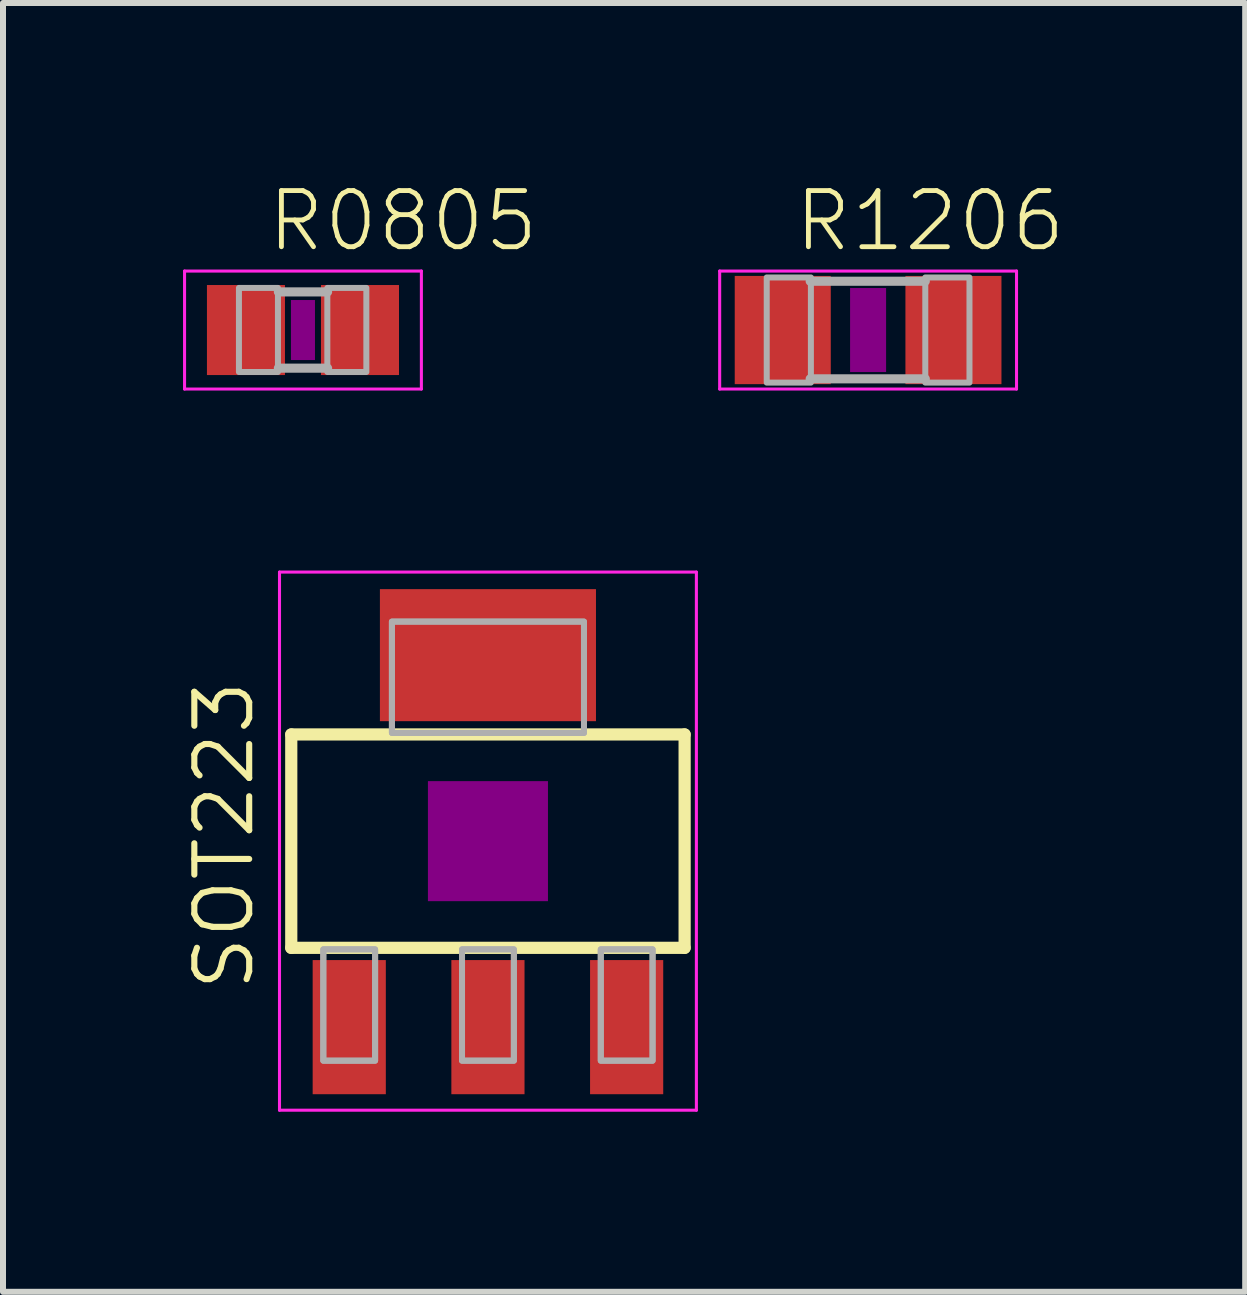
<source format=kicad_pcb>
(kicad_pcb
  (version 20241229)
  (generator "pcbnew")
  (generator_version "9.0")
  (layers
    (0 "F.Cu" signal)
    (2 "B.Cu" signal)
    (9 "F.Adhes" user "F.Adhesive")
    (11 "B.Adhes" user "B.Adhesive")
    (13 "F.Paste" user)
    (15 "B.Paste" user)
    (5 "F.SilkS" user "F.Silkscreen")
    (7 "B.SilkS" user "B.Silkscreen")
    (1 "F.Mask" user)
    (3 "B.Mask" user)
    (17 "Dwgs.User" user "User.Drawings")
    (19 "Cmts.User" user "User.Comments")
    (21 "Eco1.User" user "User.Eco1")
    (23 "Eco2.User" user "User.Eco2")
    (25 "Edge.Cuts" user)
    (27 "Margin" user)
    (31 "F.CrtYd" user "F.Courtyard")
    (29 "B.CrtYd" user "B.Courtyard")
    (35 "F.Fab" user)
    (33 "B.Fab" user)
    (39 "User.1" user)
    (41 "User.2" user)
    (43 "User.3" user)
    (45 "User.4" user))
  (footprint "R1206"
    (layer "F.Cu")
    (at 11.414 2.449)
    (property "Reference" "R1206" (at -1.27 -1.27 0) (unlocked yes) (layer "F.SilkS") (effects (font (size 0.935 0.935) (thickness 0.081)) (justify left bottom)))
    (fp_poly (pts (xy -0.3 0.7) (xy 0.3 0.7) (xy 0.3 -0.7) (xy -0.3 -0.7)) (stroke (width 0) (type default)) (fill yes) (layer "F.Adhes"))
    (fp_line (start -2.473 -0.983) (end 2.473 -0.983) (stroke (width 0.051) (type solid)) (layer "F.CrtYd"))
    (fp_line (start -2.473 0.983) (end -2.473 -0.983) (stroke (width 0.051) (type solid)) (layer "F.CrtYd"))
    (fp_line (start 2.473 -0.983) (end 2.473 0.983) (stroke (width 0.051) (type solid)) (layer "F.CrtYd"))
    (fp_line (start 2.473 0.983) (end -2.473 0.983) (stroke (width 0.051) (type solid)) (layer "F.CrtYd"))
    (fp_line (start 0.953 -0.813) (end -0.965 -0.813) (stroke (width 0.152) (type solid)) (layer "F.Fab"))
    (fp_line (start 0.953 0.813) (end -0.965 0.813) (stroke (width 0.152) (type solid)) (layer "F.Fab"))
    (fp_poly (pts (xy -1.689 0.876) (xy -0.953 0.876) (xy -0.953 -0.876) (xy -1.689 -0.876)) (stroke (width 0.1) (type default)) (fill no) (layer "F.Fab"))
    (fp_poly (pts (xy 0.953 0.876) (xy 1.689 0.876) (xy 1.689 -0.876) (xy 0.953 -0.876)) (stroke (width 0.1) (type default)) (fill no) (layer "F.Fab"))
    (pad "1" smd rect (at -1.422 0) (size 1.6 1.803) (layers "F.Cu" "F.Mask" "F.Paste"))
    (pad "2" smd rect (at 1.422 0) (size 1.6 1.803) (layers "F.Cu" "F.Mask" "F.Paste")))
  (footprint "R0805"
    (layer "F.Cu")
    (at 1.998 2.449)
    (property "Reference" "R0805" (at -0.635 -1.27 0) (unlocked yes) (layer "F.SilkS") (effects (font (size 0.935 0.935) (thickness 0.081)) (justify left bottom)))
    (fp_poly (pts (xy -0.2 0.5) (xy 0.2 0.5) (xy 0.2 -0.5) (xy -0.2 -0.5)) (stroke (width 0) (type default)) (fill yes) (layer "F.Adhes"))
    (fp_line (start -1.973 -0.983) (end 1.973 -0.983) (stroke (width 0.051) (type solid)) (layer "F.CrtYd"))
    (fp_line (start -1.973 0.983) (end -1.973 -0.983) (stroke (width 0.051) (type solid)) (layer "F.CrtYd"))
    (fp_line (start 1.973 -0.983) (end 1.973 0.983) (stroke (width 0.051) (type solid)) (layer "F.CrtYd"))
    (fp_line (start 1.973 0.983) (end -1.973 0.983) (stroke (width 0.051) (type solid)) (layer "F.CrtYd"))
    (fp_line (start -0.41 -0.635) (end 0.41 -0.635) (stroke (width 0.152) (type solid)) (layer "F.Fab"))
    (fp_line (start -0.41 0.635) (end 0.41 0.635) (stroke (width 0.152) (type solid)) (layer "F.Fab"))
    (fp_poly (pts (xy -1.067 0.699) (xy -0.417 0.699) (xy -0.417 -0.702) (xy -1.067 -0.702)) (stroke (width 0.1) (type default)) (fill no) (layer "F.Fab"))
    (fp_poly (pts (xy 0.406 0.699) (xy 1.056 0.699) (xy 1.056 -0.702) (xy 0.406 -0.702)) (stroke (width 0.1) (type default)) (fill no) (layer "F.Fab"))
    (pad "1" smd rect (at -0.95 0) (size 1.3 1.5) (layers "F.Cu" "F.Mask" "F.Paste"))
    (pad "2" smd rect (at 0.95 0) (size 1.3 1.5) (layers "F.Cu" "F.Mask" "F.Paste")))
  (footprint "SOT223"
    (layer "F.Cu")
    (at 5.08 10.965)
    (property "Reference" "SOT223" (at -3.861 2.54 90) (unlocked yes) (layer "F.SilkS") (effects (font (size 0.914 0.914) (thickness 0.102)) (justify left bottom)))
    (fp_line (start -3.277 -1.778) (end 3.277 -1.778) (stroke (width 0.203) (type solid)) (layer "F.SilkS"))
    (fp_line (start -3.277 1.778) (end -3.277 -1.778) (stroke (width 0.203) (type solid)) (layer "F.SilkS"))
    (fp_line (start 3.277 -1.778) (end 3.277 1.778) (stroke (width 0.203) (type solid)) (layer "F.SilkS"))
    (fp_line (start 3.277 1.778) (end -3.277 1.778) (stroke (width 0.203) (type solid)) (layer "F.SilkS"))
    (fp_poly (pts (xy -1 1) (xy 1 1) (xy 1 -1) (xy -1 -1)) (stroke (width 0) (type default)) (fill yes) (layer "F.Adhes"))
    (fp_line (start -3.473 -4.483) (end 3.473 -4.483) (stroke (width 0.051) (type solid)) (layer "F.CrtYd"))
    (fp_line (start -3.473 4.483) (end -3.473 -4.483) (stroke (width 0.051) (type solid)) (layer "F.CrtYd"))
    (fp_line (start 3.473 -4.483) (end 3.473 4.483) (stroke (width 0.051) (type solid)) (layer "F.CrtYd"))
    (fp_line (start 3.473 4.483) (end -3.473 4.483) (stroke (width 0.051) (type solid)) (layer "F.CrtYd"))
    (fp_poly (pts (xy -2.743 3.658) (xy -1.88 3.658) (xy -1.88 1.803) (xy -2.743 1.803)) (stroke (width 0.1) (type default)) (fill no) (layer "F.Fab"))
    (fp_poly (pts (xy -2.743 3.658) (xy -1.88 3.658) (xy -1.88 1.803) (xy -2.743 1.803)) (stroke (width 0.1) (type default)) (fill no) (layer "F.Fab"))
    (fp_poly (pts (xy -1.6 -1.803) (xy 1.6 -1.803) (xy 1.6 -3.658) (xy -1.6 -3.658)) (stroke (width 0.1) (type default)) (fill no) (layer "F.Fab"))
    (fp_poly (pts (xy -1.6 -1.803) (xy 1.6 -1.803) (xy 1.6 -3.658) (xy -1.6 -3.658)) (stroke (width 0.1) (type default)) (fill no) (layer "F.Fab"))
    (fp_poly (pts (xy -0.432 3.658) (xy 0.432 3.658) (xy 0.432 1.803) (xy -0.432 1.803)) (stroke (width 0.1) (type default)) (fill no) (layer "F.Fab"))
    (fp_poly (pts (xy -0.432 3.658) (xy 0.432 3.658) (xy 0.432 1.803) (xy -0.432 1.803)) (stroke (width 0.1) (type default)) (fill no) (layer "F.Fab"))
    (fp_poly (pts (xy 1.88 3.658) (xy 2.743 3.658) (xy 2.743 1.803) (xy 1.88 1.803)) (stroke (width 0.1) (type default)) (fill no) (layer "F.Fab"))
    (fp_poly (pts (xy 1.88 3.658) (xy 2.743 3.658) (xy 2.743 1.803) (xy 1.88 1.803)) (stroke (width 0.1) (type default)) (fill no) (layer "F.Fab"))
    (pad "1" smd rect (at -2.311 3.099) (size 1.219 2.235) (layers "F.Cu" "F.Mask" "F.Paste"))
    (pad "2" smd rect (at 0 3.099) (size 1.219 2.235) (layers "F.Cu" "F.Mask" "F.Paste"))
    (pad "3" smd rect (at 2.311 3.099) (size 1.219 2.235) (layers "F.Cu" "F.Mask" "F.Paste"))
    (pad "4" smd rect (at 0 -3.099) (size 3.6 2.2) (layers "F.Cu" "F.Mask" "F.Paste")))
  (gr_rect
    (start -3 -3)
    (end 17.697 18.474)
    (stroke (width 0.1) (type default))
    (fill no)
    (layer "Edge.Cuts")))
</source>
